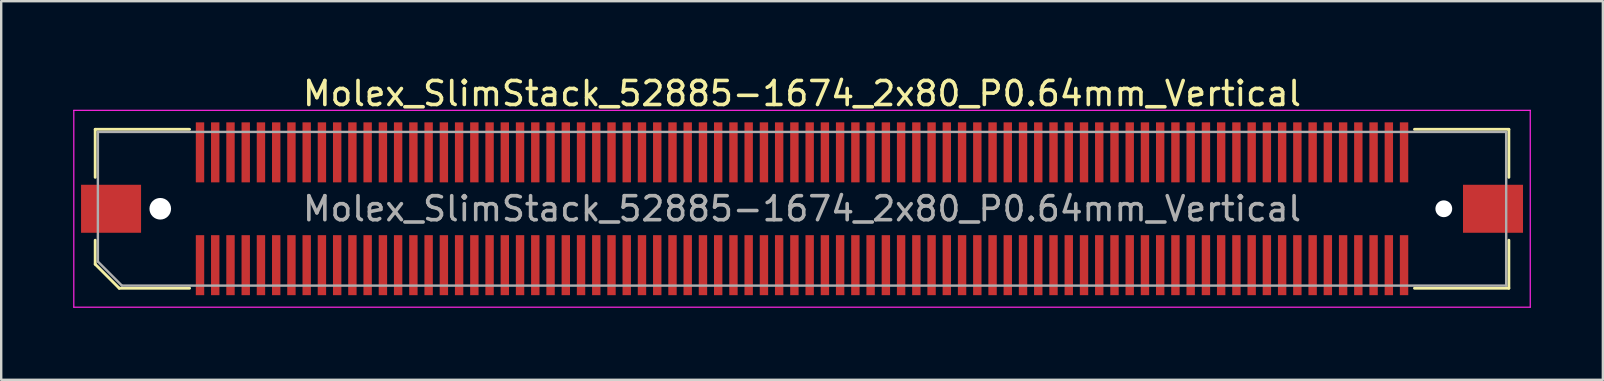
<source format=kicad_pcb>
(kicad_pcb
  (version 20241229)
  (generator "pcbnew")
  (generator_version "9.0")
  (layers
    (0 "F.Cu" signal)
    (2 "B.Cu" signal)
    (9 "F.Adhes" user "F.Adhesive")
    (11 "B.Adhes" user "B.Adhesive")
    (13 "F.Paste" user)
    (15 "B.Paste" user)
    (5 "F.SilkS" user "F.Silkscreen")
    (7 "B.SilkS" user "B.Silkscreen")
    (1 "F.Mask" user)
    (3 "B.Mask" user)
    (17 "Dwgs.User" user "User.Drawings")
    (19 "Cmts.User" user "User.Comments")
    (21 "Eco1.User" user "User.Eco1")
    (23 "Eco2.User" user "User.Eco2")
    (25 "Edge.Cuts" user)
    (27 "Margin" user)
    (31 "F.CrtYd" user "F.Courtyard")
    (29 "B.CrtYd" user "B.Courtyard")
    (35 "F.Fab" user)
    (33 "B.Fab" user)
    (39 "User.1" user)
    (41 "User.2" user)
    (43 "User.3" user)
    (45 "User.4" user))
  (footprint "Molex_SlimStack_52885-1674_2x80_P0.64mm_Vertical"
    (layer "F.Cu")
    (at 30.365 5.648)
    (property "Reference" "Molex_SlimStack_52885-1674_2x80_P0.64mm_Vertical" (at 0 -4.8 0) (layer "F.SilkS") (effects (font (size 1 1) (thickness 0.15))))
    (attr smd)
    (fp_line (start -29.448 -3.31) (end -25.517 -3.31) (stroke (width 0.12) (type solid)) (layer "F.SilkS"))
    (fp_line (start -29.448 -1.31) (end -29.448 -3.31) (stroke (width 0.12) (type solid)) (layer "F.SilkS"))
    (fp_line (start -29.448 2.31) (end -29.448 1.31) (stroke (width 0.12) (type solid)) (layer "F.SilkS"))
    (fp_line (start -28.448 3.31) (end -29.448 2.31) (stroke (width 0.12) (type solid)) (layer "F.SilkS"))
    (fp_line (start -25.517 3.31) (end -28.448 3.31) (stroke (width 0.12) (type solid)) (layer "F.SilkS"))
    (fp_line (start 25.517 3.31) (end 29.448 3.31) (stroke (width 0.12) (type solid)) (layer "F.SilkS"))
    (fp_line (start 29.448 -3.31) (end 25.517 -3.31) (stroke (width 0.12) (type solid)) (layer "F.SilkS"))
    (fp_line (start 29.448 -1.31) (end 29.448 -3.31) (stroke (width 0.12) (type solid)) (layer "F.SilkS"))
    (fp_line (start 29.448 3.31) (end 29.448 1.31) (stroke (width 0.12) (type solid)) (layer "F.SilkS"))
    (fp_line (start -30.34 -4.1) (end -30.34 4.1) (stroke (width 0.05) (type solid)) (layer "F.CrtYd"))
    (fp_line (start -30.34 4.1) (end 30.34 4.1) (stroke (width 0.05) (type solid)) (layer "F.CrtYd"))
    (fp_line (start 30.34 -4.1) (end -30.34 -4.1) (stroke (width 0.05) (type solid)) (layer "F.CrtYd"))
    (fp_line (start 30.34 4.1) (end 30.34 -4.1) (stroke (width 0.05) (type solid)) (layer "F.CrtYd"))
    (fp_line (start -29.337 -3.2) (end -29.337 2.2) (stroke (width 0.1) (type solid)) (layer "F.Fab"))
    (fp_line (start -29.337 2.2) (end -28.337 3.2) (stroke (width 0.1) (type solid)) (layer "F.Fab"))
    (fp_line (start -28.337 3.2) (end 29.337 3.2) (stroke (width 0.1) (type solid)) (layer "F.Fab"))
    (fp_line (start 29.337 -3.2) (end -29.337 -3.2) (stroke (width 0.1) (type solid)) (layer "F.Fab"))
    (fp_line (start 29.337 3.2) (end 29.337 -3.2) (stroke (width 0.1) (type solid)) (layer "F.Fab"))
    (fp_text user "${REFERENCE}" (at 0 0 0) (layer "F.Fab") (effects (font (size 1 1) (thickness 0.15))))
    (pad "" smd rect (at -28.788 0) (size 2.5 2) (layers "F.Cu" "F.Mask" "F.Paste"))
    (pad "" np_thru_hole circle (at -26.738 0) (size 0.9 0.9) (drill 0.9) (layers "*.Cu" "*.Mask"))
    (pad "" np_thru_hole circle (at 26.738 0) (size 0.7 0.7) (drill 0.7) (layers "*.Cu" "*.Mask"))
    (pad "" smd rect (at 28.788 0) (size 2.5 2) (layers "F.Cu" "F.Mask" "F.Paste"))
    (pad "1" smd rect (at -25.082 2.35) (size 0.35 2.5) (layers "F.Cu" "F.Mask" "F.Paste"))
    (pad "2" smd rect (at -25.082 -2.35) (size 0.35 2.5) (layers "F.Cu" "F.Mask" "F.Paste"))
    (pad "3" smd rect (at -24.448 2.35) (size 0.35 2.5) (layers "F.Cu" "F.Mask" "F.Paste"))
    (pad "4" smd rect (at -24.448 -2.35) (size 0.35 2.5) (layers "F.Cu" "F.Mask" "F.Paste"))
    (pad "5" smd rect (at -23.812 2.35) (size 0.35 2.5) (layers "F.Cu" "F.Mask" "F.Paste"))
    (pad "6" smd rect (at -23.812 -2.35) (size 0.35 2.5) (layers "F.Cu" "F.Mask" "F.Paste"))
    (pad "7" smd rect (at -23.177 2.35) (size 0.35 2.5) (layers "F.Cu" "F.Mask" "F.Paste"))
    (pad "8" smd rect (at -23.177 -2.35) (size 0.35 2.5) (layers "F.Cu" "F.Mask" "F.Paste"))
    (pad "9" smd rect (at -22.543 2.35) (size 0.35 2.5) (layers "F.Cu" "F.Mask" "F.Paste"))
    (pad "10" smd rect (at -22.543 -2.35) (size 0.35 2.5) (layers "F.Cu" "F.Mask" "F.Paste"))
    (pad "11" smd rect (at -21.907 2.35) (size 0.35 2.5) (layers "F.Cu" "F.Mask" "F.Paste"))
    (pad "12" smd rect (at -21.907 -2.35) (size 0.35 2.5) (layers "F.Cu" "F.Mask" "F.Paste"))
    (pad "13" smd rect (at -21.273 2.35) (size 0.35 2.5) (layers "F.Cu" "F.Mask" "F.Paste"))
    (pad "14" smd rect (at -21.273 -2.35) (size 0.35 2.5) (layers "F.Cu" "F.Mask" "F.Paste"))
    (pad "15" smd rect (at -20.637 2.35) (size 0.35 2.5) (layers "F.Cu" "F.Mask" "F.Paste"))
    (pad "16" smd rect (at -20.637 -2.35) (size 0.35 2.5) (layers "F.Cu" "F.Mask" "F.Paste"))
    (pad "17" smd rect (at -20.003 2.35) (size 0.35 2.5) (layers "F.Cu" "F.Mask" "F.Paste"))
    (pad "18" smd rect (at -20.003 -2.35) (size 0.35 2.5) (layers "F.Cu" "F.Mask" "F.Paste"))
    (pad "19" smd rect (at -19.367 2.35) (size 0.35 2.5) (layers "F.Cu" "F.Mask" "F.Paste"))
    (pad "20" smd rect (at -19.367 -2.35) (size 0.35 2.5) (layers "F.Cu" "F.Mask" "F.Paste"))
    (pad "21" smd rect (at -18.733 2.35) (size 0.35 2.5) (layers "F.Cu" "F.Mask" "F.Paste"))
    (pad "22" smd rect (at -18.733 -2.35) (size 0.35 2.5) (layers "F.Cu" "F.Mask" "F.Paste"))
    (pad "23" smd rect (at -18.098 2.35) (size 0.35 2.5) (layers "F.Cu" "F.Mask" "F.Paste"))
    (pad "24" smd rect (at -18.098 -2.35) (size 0.35 2.5) (layers "F.Cu" "F.Mask" "F.Paste"))
    (pad "25" smd rect (at -17.462 2.35) (size 0.35 2.5) (layers "F.Cu" "F.Mask" "F.Paste"))
    (pad "26" smd rect (at -17.462 -2.35) (size 0.35 2.5) (layers "F.Cu" "F.Mask" "F.Paste"))
    (pad "27" smd rect (at -16.828 2.35) (size 0.35 2.5) (layers "F.Cu" "F.Mask" "F.Paste"))
    (pad "28" smd rect (at -16.828 -2.35) (size 0.35 2.5) (layers "F.Cu" "F.Mask" "F.Paste"))
    (pad "29" smd rect (at -16.192 2.35) (size 0.35 2.5) (layers "F.Cu" "F.Mask" "F.Paste"))
    (pad "30" smd rect (at -16.192 -2.35) (size 0.35 2.5) (layers "F.Cu" "F.Mask" "F.Paste"))
    (pad "31" smd rect (at -15.557 2.35) (size 0.35 2.5) (layers "F.Cu" "F.Mask" "F.Paste"))
    (pad "32" smd rect (at -15.557 -2.35) (size 0.35 2.5) (layers "F.Cu" "F.Mask" "F.Paste"))
    (pad "33" smd rect (at -14.922 2.35) (size 0.35 2.5) (layers "F.Cu" "F.Mask" "F.Paste"))
    (pad "34" smd rect (at -14.922 -2.35) (size 0.35 2.5) (layers "F.Cu" "F.Mask" "F.Paste"))
    (pad "35" smd rect (at -14.287 2.35) (size 0.35 2.5) (layers "F.Cu" "F.Mask" "F.Paste"))
    (pad "36" smd rect (at -14.287 -2.35) (size 0.35 2.5) (layers "F.Cu" "F.Mask" "F.Paste"))
    (pad "37" smd rect (at -13.652 2.35) (size 0.35 2.5) (layers "F.Cu" "F.Mask" "F.Paste"))
    (pad "38" smd rect (at -13.652 -2.35) (size 0.35 2.5) (layers "F.Cu" "F.Mask" "F.Paste"))
    (pad "39" smd rect (at -13.018 2.35) (size 0.35 2.5) (layers "F.Cu" "F.Mask" "F.Paste"))
    (pad "40" smd rect (at -13.018 -2.35) (size 0.35 2.5) (layers "F.Cu" "F.Mask" "F.Paste"))
    (pad "41" smd rect (at -12.383 2.35) (size 0.35 2.5) (layers "F.Cu" "F.Mask" "F.Paste"))
    (pad "42" smd rect (at -12.383 -2.35) (size 0.35 2.5) (layers "F.Cu" "F.Mask" "F.Paste"))
    (pad "43" smd rect (at -11.748 2.35) (size 0.35 2.5) (layers "F.Cu" "F.Mask" "F.Paste"))
    (pad "44" smd rect (at -11.748 -2.35) (size 0.35 2.5) (layers "F.Cu" "F.Mask" "F.Paste"))
    (pad "45" smd rect (at -11.113 2.35) (size 0.35 2.5) (layers "F.Cu" "F.Mask" "F.Paste"))
    (pad "46" smd rect (at -11.113 -2.35) (size 0.35 2.5) (layers "F.Cu" "F.Mask" "F.Paste"))
    (pad "47" smd rect (at -10.477 2.35) (size 0.35 2.5) (layers "F.Cu" "F.Mask" "F.Paste"))
    (pad "48" smd rect (at -10.477 -2.35) (size 0.35 2.5) (layers "F.Cu" "F.Mask" "F.Paste"))
    (pad "49" smd rect (at -9.842 2.35) (size 0.35 2.5) (layers "F.Cu" "F.Mask" "F.Paste"))
    (pad "50" smd rect (at -9.842 -2.35) (size 0.35 2.5) (layers "F.Cu" "F.Mask" "F.Paste"))
    (pad "51" smd rect (at -9.207 2.35) (size 0.35 2.5) (layers "F.Cu" "F.Mask" "F.Paste"))
    (pad "52" smd rect (at -9.207 -2.35) (size 0.35 2.5) (layers "F.Cu" "F.Mask" "F.Paste"))
    (pad "53" smd rect (at -8.572 2.35) (size 0.35 2.5) (layers "F.Cu" "F.Mask" "F.Paste"))
    (pad "54" smd rect (at -8.572 -2.35) (size 0.35 2.5) (layers "F.Cu" "F.Mask" "F.Paste"))
    (pad "55" smd rect (at -7.938 2.35) (size 0.35 2.5) (layers "F.Cu" "F.Mask" "F.Paste"))
    (pad "56" smd rect (at -7.938 -2.35) (size 0.35 2.5) (layers "F.Cu" "F.Mask" "F.Paste"))
    (pad "57" smd rect (at -7.303 2.35) (size 0.35 2.5) (layers "F.Cu" "F.Mask" "F.Paste"))
    (pad "58" smd rect (at -7.303 -2.35) (size 0.35 2.5) (layers "F.Cu" "F.Mask" "F.Paste"))
    (pad "59" smd rect (at -6.668 2.35) (size 0.35 2.5) (layers "F.Cu" "F.Mask" "F.Paste"))
    (pad "60" smd rect (at -6.668 -2.35) (size 0.35 2.5) (layers "F.Cu" "F.Mask" "F.Paste"))
    (pad "61" smd rect (at -6.032 2.35) (size 0.35 2.5) (layers "F.Cu" "F.Mask" "F.Paste"))
    (pad "62" smd rect (at -6.032 -2.35) (size 0.35 2.5) (layers "F.Cu" "F.Mask" "F.Paste"))
    (pad "63" smd rect (at -5.397 2.35) (size 0.35 2.5) (layers "F.Cu" "F.Mask" "F.Paste"))
    (pad "64" smd rect (at -5.397 -2.35) (size 0.35 2.5) (layers "F.Cu" "F.Mask" "F.Paste"))
    (pad "65" smd rect (at -4.763 2.35) (size 0.35 2.5) (layers "F.Cu" "F.Mask" "F.Paste"))
    (pad "66" smd rect (at -4.763 -2.35) (size 0.35 2.5) (layers "F.Cu" "F.Mask" "F.Paste"))
    (pad "67" smd rect (at -4.128 2.35) (size 0.35 2.5) (layers "F.Cu" "F.Mask" "F.Paste"))
    (pad "68" smd rect (at -4.128 -2.35) (size 0.35 2.5) (layers "F.Cu" "F.Mask" "F.Paste"))
    (pad "69" smd rect (at -3.493 2.35) (size 0.35 2.5) (layers "F.Cu" "F.Mask" "F.Paste"))
    (pad "70" smd rect (at -3.493 -2.35) (size 0.35 2.5) (layers "F.Cu" "F.Mask" "F.Paste"))
    (pad "71" smd rect (at -2.857 2.35) (size 0.35 2.5) (layers "F.Cu" "F.Mask" "F.Paste"))
    (pad "72" smd rect (at -2.857 -2.35) (size 0.35 2.5) (layers "F.Cu" "F.Mask" "F.Paste"))
    (pad "73" smd rect (at -2.223 2.35) (size 0.35 2.5) (layers "F.Cu" "F.Mask" "F.Paste"))
    (pad "74" smd rect (at -2.223 -2.35) (size 0.35 2.5) (layers "F.Cu" "F.Mask" "F.Paste"))
    (pad "75" smd rect (at -1.587 2.35) (size 0.35 2.5) (layers "F.Cu" "F.Mask" "F.Paste"))
    (pad "76" smd rect (at -1.587 -2.35) (size 0.35 2.5) (layers "F.Cu" "F.Mask" "F.Paste"))
    (pad "77" smd rect (at -0.953 2.35) (size 0.35 2.5) (layers "F.Cu" "F.Mask" "F.Paste"))
    (pad "78" smd rect (at -0.953 -2.35) (size 0.35 2.5) (layers "F.Cu" "F.Mask" "F.Paste"))
    (pad "79" smd rect (at -0.318 2.35) (size 0.35 2.5) (layers "F.Cu" "F.Mask" "F.Paste"))
    (pad "80" smd rect (at -0.318 -2.35) (size 0.35 2.5) (layers "F.Cu" "F.Mask" "F.Paste"))
    (pad "81" smd rect (at 0.318 2.35) (size 0.35 2.5) (layers "F.Cu" "F.Mask" "F.Paste"))
    (pad "82" smd rect (at 0.318 -2.35) (size 0.35 2.5) (layers "F.Cu" "F.Mask" "F.Paste"))
    (pad "83" smd rect (at 0.953 2.35) (size 0.35 2.5) (layers "F.Cu" "F.Mask" "F.Paste"))
    (pad "84" smd rect (at 0.953 -2.35) (size 0.35 2.5) (layers "F.Cu" "F.Mask" "F.Paste"))
    (pad "85" smd rect (at 1.587 2.35) (size 0.35 2.5) (layers "F.Cu" "F.Mask" "F.Paste"))
    (pad "86" smd rect (at 1.587 -2.35) (size 0.35 2.5) (layers "F.Cu" "F.Mask" "F.Paste"))
    (pad "87" smd rect (at 2.223 2.35) (size 0.35 2.5) (layers "F.Cu" "F.Mask" "F.Paste"))
    (pad "88" smd rect (at 2.223 -2.35) (size 0.35 2.5) (layers "F.Cu" "F.Mask" "F.Paste"))
    (pad "89" smd rect (at 2.857 2.35) (size 0.35 2.5) (layers "F.Cu" "F.Mask" "F.Paste"))
    (pad "90" smd rect (at 2.857 -2.35) (size 0.35 2.5) (layers "F.Cu" "F.Mask" "F.Paste"))
    (pad "91" smd rect (at 3.493 2.35) (size 0.35 2.5) (layers "F.Cu" "F.Mask" "F.Paste"))
    (pad "92" smd rect (at 3.493 -2.35) (size 0.35 2.5) (layers "F.Cu" "F.Mask" "F.Paste"))
    (pad "93" smd rect (at 4.128 2.35) (size 0.35 2.5) (layers "F.Cu" "F.Mask" "F.Paste"))
    (pad "94" smd rect (at 4.128 -2.35) (size 0.35 2.5) (layers "F.Cu" "F.Mask" "F.Paste"))
    (pad "95" smd rect (at 4.763 2.35) (size 0.35 2.5) (layers "F.Cu" "F.Mask" "F.Paste"))
    (pad "96" smd rect (at 4.763 -2.35) (size 0.35 2.5) (layers "F.Cu" "F.Mask" "F.Paste"))
    (pad "97" smd rect (at 5.397 2.35) (size 0.35 2.5) (layers "F.Cu" "F.Mask" "F.Paste"))
    (pad "98" smd rect (at 5.397 -2.35) (size 0.35 2.5) (layers "F.Cu" "F.Mask" "F.Paste"))
    (pad "99" smd rect (at 6.032 2.35) (size 0.35 2.5) (layers "F.Cu" "F.Mask" "F.Paste"))
    (pad "100" smd rect (at 6.032 -2.35) (size 0.35 2.5) (layers "F.Cu" "F.Mask" "F.Paste"))
    (pad "101" smd rect (at 6.668 2.35) (size 0.35 2.5) (layers "F.Cu" "F.Mask" "F.Paste"))
    (pad "102" smd rect (at 6.668 -2.35) (size 0.35 2.5) (layers "F.Cu" "F.Mask" "F.Paste"))
    (pad "103" smd rect (at 7.303 2.35) (size 0.35 2.5) (layers "F.Cu" "F.Mask" "F.Paste"))
    (pad "104" smd rect (at 7.303 -2.35) (size 0.35 2.5) (layers "F.Cu" "F.Mask" "F.Paste"))
    (pad "105" smd rect (at 7.938 2.35) (size 0.35 2.5) (layers "F.Cu" "F.Mask" "F.Paste"))
    (pad "106" smd rect (at 7.938 -2.35) (size 0.35 2.5) (layers "F.Cu" "F.Mask" "F.Paste"))
    (pad "107" smd rect (at 8.572 2.35) (size 0.35 2.5) (layers "F.Cu" "F.Mask" "F.Paste"))
    (pad "108" smd rect (at 8.572 -2.35) (size 0.35 2.5) (layers "F.Cu" "F.Mask" "F.Paste"))
    (pad "109" smd rect (at 9.207 2.35) (size 0.35 2.5) (layers "F.Cu" "F.Mask" "F.Paste"))
    (pad "110" smd rect (at 9.207 -2.35) (size 0.35 2.5) (layers "F.Cu" "F.Mask" "F.Paste"))
    (pad "111" smd rect (at 9.842 2.35) (size 0.35 2.5) (layers "F.Cu" "F.Mask" "F.Paste"))
    (pad "112" smd rect (at 9.842 -2.35) (size 0.35 2.5) (layers "F.Cu" "F.Mask" "F.Paste"))
    (pad "113" smd rect (at 10.477 2.35) (size 0.35 2.5) (layers "F.Cu" "F.Mask" "F.Paste"))
    (pad "114" smd rect (at 10.477 -2.35) (size 0.35 2.5) (layers "F.Cu" "F.Mask" "F.Paste"))
    (pad "115" smd rect (at 11.113 2.35) (size 0.35 2.5) (layers "F.Cu" "F.Mask" "F.Paste"))
    (pad "116" smd rect (at 11.113 -2.35) (size 0.35 2.5) (layers "F.Cu" "F.Mask" "F.Paste"))
    (pad "117" smd rect (at 11.748 2.35) (size 0.35 2.5) (layers "F.Cu" "F.Mask" "F.Paste"))
    (pad "118" smd rect (at 11.748 -2.35) (size 0.35 2.5) (layers "F.Cu" "F.Mask" "F.Paste"))
    (pad "119" smd rect (at 12.383 2.35) (size 0.35 2.5) (layers "F.Cu" "F.Mask" "F.Paste"))
    (pad "120" smd rect (at 12.383 -2.35) (size 0.35 2.5) (layers "F.Cu" "F.Mask" "F.Paste"))
    (pad "121" smd rect (at 13.018 2.35) (size 0.35 2.5) (layers "F.Cu" "F.Mask" "F.Paste"))
    (pad "122" smd rect (at 13.018 -2.35) (size 0.35 2.5) (layers "F.Cu" "F.Mask" "F.Paste"))
    (pad "123" smd rect (at 13.652 2.35) (size 0.35 2.5) (layers "F.Cu" "F.Mask" "F.Paste"))
    (pad "124" smd rect (at 13.652 -2.35) (size 0.35 2.5) (layers "F.Cu" "F.Mask" "F.Paste"))
    (pad "125" smd rect (at 14.287 2.35) (size 0.35 2.5) (layers "F.Cu" "F.Mask" "F.Paste"))
    (pad "126" smd rect (at 14.287 -2.35) (size 0.35 2.5) (layers "F.Cu" "F.Mask" "F.Paste"))
    (pad "127" smd rect (at 14.922 2.35) (size 0.35 2.5) (layers "F.Cu" "F.Mask" "F.Paste"))
    (pad "128" smd rect (at 14.922 -2.35) (size 0.35 2.5) (layers "F.Cu" "F.Mask" "F.Paste"))
    (pad "129" smd rect (at 15.557 2.35) (size 0.35 2.5) (layers "F.Cu" "F.Mask" "F.Paste"))
    (pad "130" smd rect (at 15.557 -2.35) (size 0.35 2.5) (layers "F.Cu" "F.Mask" "F.Paste"))
    (pad "131" smd rect (at 16.192 2.35) (size 0.35 2.5) (layers "F.Cu" "F.Mask" "F.Paste"))
    (pad "132" smd rect (at 16.192 -2.35) (size 0.35 2.5) (layers "F.Cu" "F.Mask" "F.Paste"))
    (pad "133" smd rect (at 16.828 2.35) (size 0.35 2.5) (layers "F.Cu" "F.Mask" "F.Paste"))
    (pad "134" smd rect (at 16.828 -2.35) (size 0.35 2.5) (layers "F.Cu" "F.Mask" "F.Paste"))
    (pad "135" smd rect (at 17.462 2.35) (size 0.35 2.5) (layers "F.Cu" "F.Mask" "F.Paste"))
    (pad "136" smd rect (at 17.462 -2.35) (size 0.35 2.5) (layers "F.Cu" "F.Mask" "F.Paste"))
    (pad "137" smd rect (at 18.098 2.35) (size 0.35 2.5) (layers "F.Cu" "F.Mask" "F.Paste"))
    (pad "138" smd rect (at 18.098 -2.35) (size 0.35 2.5) (layers "F.Cu" "F.Mask" "F.Paste"))
    (pad "139" smd rect (at 18.733 2.35) (size 0.35 2.5) (layers "F.Cu" "F.Mask" "F.Paste"))
    (pad "140" smd rect (at 18.733 -2.35) (size 0.35 2.5) (layers "F.Cu" "F.Mask" "F.Paste"))
    (pad "141" smd rect (at 19.367 2.35) (size 0.35 2.5) (layers "F.Cu" "F.Mask" "F.Paste"))
    (pad "142" smd rect (at 19.367 -2.35) (size 0.35 2.5) (layers "F.Cu" "F.Mask" "F.Paste"))
    (pad "143" smd rect (at 20.003 2.35) (size 0.35 2.5) (layers "F.Cu" "F.Mask" "F.Paste"))
    (pad "144" smd rect (at 20.003 -2.35) (size 0.35 2.5) (layers "F.Cu" "F.Mask" "F.Paste"))
    (pad "145" smd rect (at 20.637 2.35) (size 0.35 2.5) (layers "F.Cu" "F.Mask" "F.Paste"))
    (pad "146" smd rect (at 20.637 -2.35) (size 0.35 2.5) (layers "F.Cu" "F.Mask" "F.Paste"))
    (pad "147" smd rect (at 21.273 2.35) (size 0.35 2.5) (layers "F.Cu" "F.Mask" "F.Paste"))
    (pad "148" smd rect (at 21.273 -2.35) (size 0.35 2.5) (layers "F.Cu" "F.Mask" "F.Paste"))
    (pad "149" smd rect (at 21.907 2.35) (size 0.35 2.5) (layers "F.Cu" "F.Mask" "F.Paste"))
    (pad "150" smd rect (at 21.907 -2.35) (size 0.35 2.5) (layers "F.Cu" "F.Mask" "F.Paste"))
    (pad "151" smd rect (at 22.543 2.35) (size 0.35 2.5) (layers "F.Cu" "F.Mask" "F.Paste"))
    (pad "152" smd rect (at 22.543 -2.35) (size 0.35 2.5) (layers "F.Cu" "F.Mask" "F.Paste"))
    (pad "153" smd rect (at 23.177 2.35) (size 0.35 2.5) (layers "F.Cu" "F.Mask" "F.Paste"))
    (pad "154" smd rect (at 23.177 -2.35) (size 0.35 2.5) (layers "F.Cu" "F.Mask" "F.Paste"))
    (pad "155" smd rect (at 23.812 2.35) (size 0.35 2.5) (layers "F.Cu" "F.Mask" "F.Paste"))
    (pad "156" smd rect (at 23.812 -2.35) (size 0.35 2.5) (layers "F.Cu" "F.Mask" "F.Paste"))
    (pad "157" smd rect (at 24.448 2.35) (size 0.35 2.5) (layers "F.Cu" "F.Mask" "F.Paste"))
    (pad "158" smd rect (at 24.448 -2.35) (size 0.35 2.5) (layers "F.Cu" "F.Mask" "F.Paste"))
    (pad "159" smd rect (at 25.082 2.35) (size 0.35 2.5) (layers "F.Cu" "F.Mask" "F.Paste"))
    (pad "160" smd rect (at 25.082 -2.35) (size 0.35 2.5) (layers "F.Cu" "F.Mask" "F.Paste")))
  (gr_rect
    (start -3 -3)
    (end 63.73 12.773)
    (stroke (width 0.1) (type default))
    (fill no)
    (layer "Edge.Cuts")))
</source>
